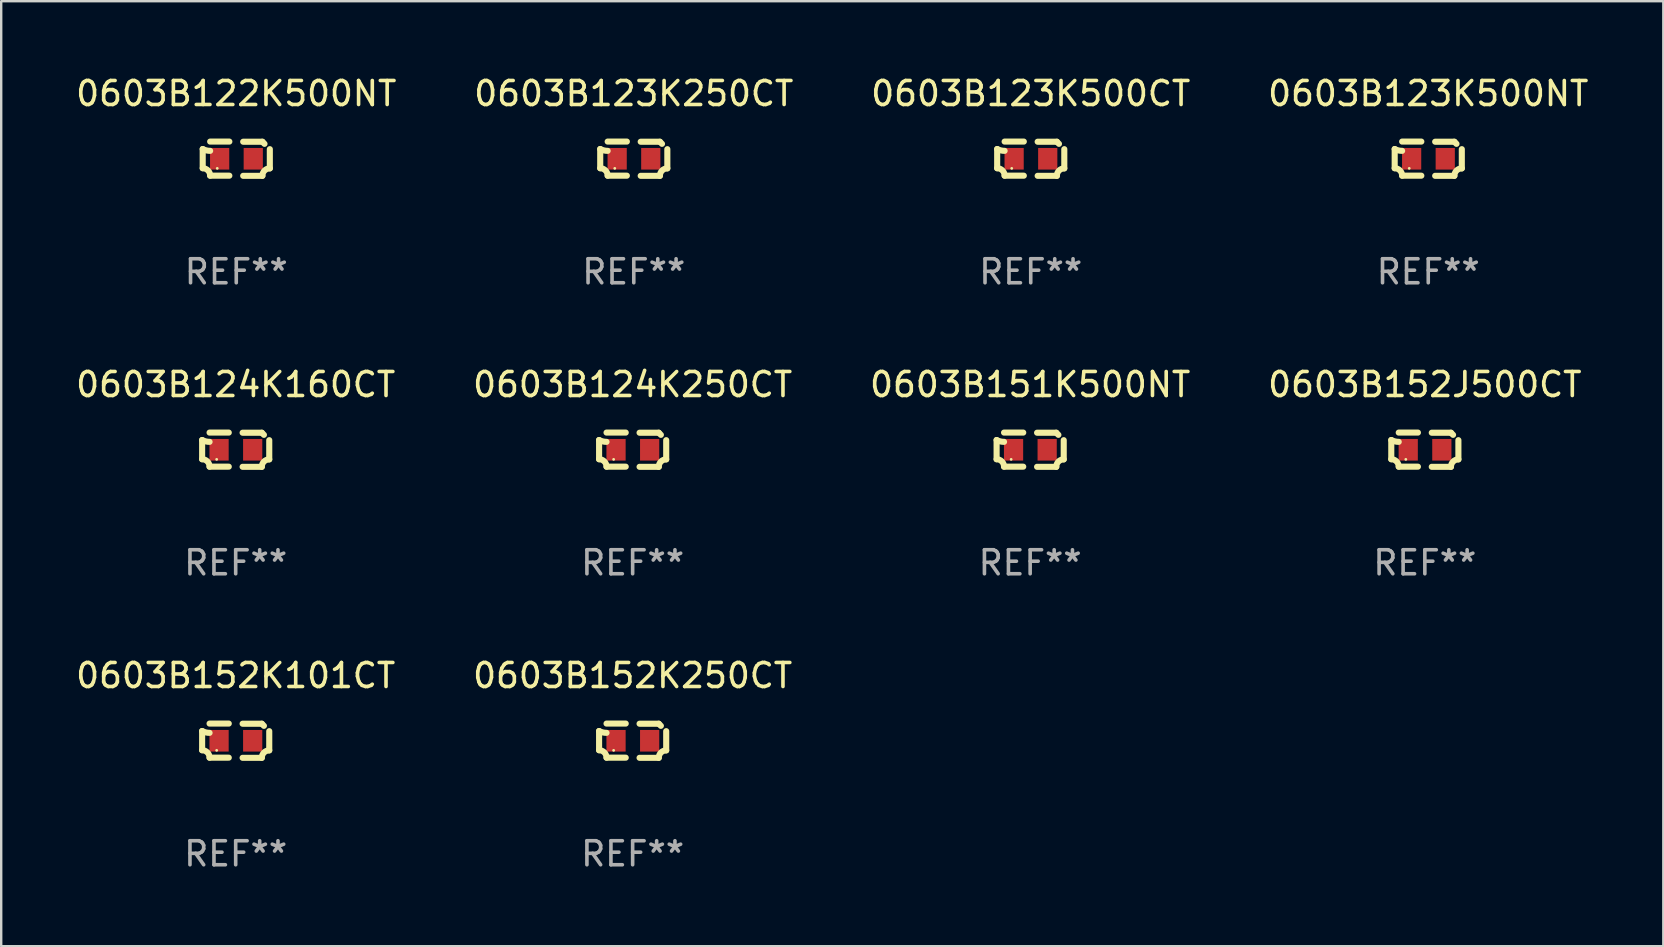
<source format=kicad_pcb>
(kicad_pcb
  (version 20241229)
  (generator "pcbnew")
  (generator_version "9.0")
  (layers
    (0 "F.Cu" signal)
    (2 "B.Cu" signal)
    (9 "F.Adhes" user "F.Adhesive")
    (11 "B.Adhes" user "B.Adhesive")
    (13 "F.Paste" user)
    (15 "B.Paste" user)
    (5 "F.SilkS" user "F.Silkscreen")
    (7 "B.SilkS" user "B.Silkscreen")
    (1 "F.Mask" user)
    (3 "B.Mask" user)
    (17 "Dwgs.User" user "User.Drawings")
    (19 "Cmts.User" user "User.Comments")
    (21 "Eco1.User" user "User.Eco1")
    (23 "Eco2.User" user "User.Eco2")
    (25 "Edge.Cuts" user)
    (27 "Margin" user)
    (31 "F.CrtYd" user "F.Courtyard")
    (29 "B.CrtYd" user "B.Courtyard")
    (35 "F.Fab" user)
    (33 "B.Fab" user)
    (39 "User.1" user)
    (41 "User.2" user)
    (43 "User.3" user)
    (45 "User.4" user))
  (footprint "0603B123K250CT"
    (layer "F.Cu")
    (at 23.351 3.561)
    (property "Reference" "0603B123K250CT" (at 0 -2.713 0) (layer "F.SilkS") (effects (font (size 1 1) (thickness 0.15))))
    (attr through_hole)
    (fp_line (start -1.398 -0.403) (end -1.398 0.397) (stroke (width 0.254) (type solid)) (layer "F.SilkS"))
    (fp_line (start -0.288 -0.713) (end -1.088 -0.713) (stroke (width 0.254) (type solid)) (layer "F.SilkS"))
    (fp_line (start -0.288 0.707) (end -1.088 0.707) (stroke (width 0.254) (type solid)) (layer "F.SilkS"))
    (fp_line (start 0.288 -0.707) (end 1.088 -0.707) (stroke (width 0.254) (type solid)) (layer "F.SilkS"))
    (fp_line (start 0.288 0.713) (end 1.088 0.713) (stroke (width 0.254) (type solid)) (layer "F.SilkS"))
    (fp_line (start 1.398 -0.397) (end 1.398 0.403) (stroke (width 0.254) (type solid)) (layer "F.SilkS"))
    (fp_arc (start -1.397789 0.397066) (mid -1.178701 0.487826) (end -1.08796 0.706922) (stroke (width 0.254001) (type solid)) (layer "F.SilkS"))
    (fp_arc (start -1.08796 -0.327176) (mid -1.247436 -0.346384) (end -1.39779 -0.402908) (stroke (width 0.254001) (type solid)) (layer "F.SilkS"))
    (fp_arc (start 1.087909 0.712738) (mid 1.178656 0.493655) (end 1.397739 0.402908) (stroke (width 0.254001) (type solid)) (layer "F.SilkS"))
    (fp_arc (start 1.175925 -0.618926) (mid 1.131917 -0.662923) (end 1.08791 -0.706922) (stroke (width 0.254001) (type solid)) (layer "F.SilkS"))
    (fp_circle (center -0.792 0.403) (end -0.762 0.403) (stroke (width 0.06) (type solid)) (fill no) (layer "F.SilkS"))
    (fp_text user "REF**" (at 0 4.713 0) (layer "F.Fab") (effects (font (size 1 1) (thickness 0.15))))
    (pad "1" smd rect (at -0.692 0.003) (size 0.8 0.9) (layers "F.Cu" "F.Mask" "F.Paste"))
    (pad "2" smd rect (at 0.708 0.003) (size 0.8 0.9) (layers "F.Cu" "F.Mask" "F.Paste")))
  (footprint "0603B152J500CT"
    (layer "F.Cu")
    (at 56.304 15.683)
    (property "Reference" "0603B152J500CT" (at 0 -2.713 0) (layer "F.SilkS") (effects (font (size 1 1) (thickness 0.15))))
    (attr through_hole)
    (fp_line (start -1.398 -0.403) (end -1.398 0.397) (stroke (width 0.254) (type solid)) (layer "F.SilkS"))
    (fp_line (start -0.288 -0.713) (end -1.088 -0.713) (stroke (width 0.254) (type solid)) (layer "F.SilkS"))
    (fp_line (start -0.288 0.707) (end -1.088 0.707) (stroke (width 0.254) (type solid)) (layer "F.SilkS"))
    (fp_line (start 0.288 -0.707) (end 1.088 -0.707) (stroke (width 0.254) (type solid)) (layer "F.SilkS"))
    (fp_line (start 0.288 0.713) (end 1.088 0.713) (stroke (width 0.254) (type solid)) (layer "F.SilkS"))
    (fp_line (start 1.398 -0.397) (end 1.398 0.403) (stroke (width 0.254) (type solid)) (layer "F.SilkS"))
    (fp_arc (start -1.397789 0.397066) (mid -1.178701 0.487826) (end -1.08796 0.706922) (stroke (width 0.254001) (type solid)) (layer "F.SilkS"))
    (fp_arc (start -1.08796 -0.327176) (mid -1.247436 -0.346384) (end -1.39779 -0.402908) (stroke (width 0.254001) (type solid)) (layer "F.SilkS"))
    (fp_arc (start 1.087909 0.712738) (mid 1.178656 0.493655) (end 1.397739 0.402908) (stroke (width 0.254001) (type solid)) (layer "F.SilkS"))
    (fp_arc (start 1.175925 -0.618926) (mid 1.131917 -0.662923) (end 1.08791 -0.706922) (stroke (width 0.254001) (type solid)) (layer "F.SilkS"))
    (fp_circle (center -0.792 0.403) (end -0.762 0.403) (stroke (width 0.06) (type solid)) (fill no) (layer "F.SilkS"))
    (fp_text user "REF**" (at 0 4.713 0) (layer "F.Fab") (effects (font (size 1 1) (thickness 0.15))))
    (pad "1" smd rect (at -0.692 0.003) (size 0.8 0.9) (layers "F.Cu" "F.Mask" "F.Paste"))
    (pad "2" smd rect (at 0.708 0.003) (size 0.8 0.9) (layers "F.Cu" "F.Mask" "F.Paste")))
  (footprint "0603B124K250CT"
    (layer "F.Cu")
    (at 23.304 15.683)
    (property "Reference" "0603B124K250CT" (at 0 -2.713 0) (layer "F.SilkS") (effects (font (size 1 1) (thickness 0.15))))
    (attr through_hole)
    (fp_line (start -1.398 -0.403) (end -1.398 0.397) (stroke (width 0.254) (type solid)) (layer "F.SilkS"))
    (fp_line (start -0.288 -0.713) (end -1.088 -0.713) (stroke (width 0.254) (type solid)) (layer "F.SilkS"))
    (fp_line (start -0.288 0.707) (end -1.088 0.707) (stroke (width 0.254) (type solid)) (layer "F.SilkS"))
    (fp_line (start 0.288 -0.707) (end 1.088 -0.707) (stroke (width 0.254) (type solid)) (layer "F.SilkS"))
    (fp_line (start 0.288 0.713) (end 1.088 0.713) (stroke (width 0.254) (type solid)) (layer "F.SilkS"))
    (fp_line (start 1.398 -0.397) (end 1.398 0.403) (stroke (width 0.254) (type solid)) (layer "F.SilkS"))
    (fp_arc (start -1.397789 0.397066) (mid -1.178701 0.487826) (end -1.08796 0.706922) (stroke (width 0.254001) (type solid)) (layer "F.SilkS"))
    (fp_arc (start -1.08796 -0.327176) (mid -1.247436 -0.346384) (end -1.39779 -0.402908) (stroke (width 0.254001) (type solid)) (layer "F.SilkS"))
    (fp_arc (start 1.087909 0.712738) (mid 1.178656 0.493655) (end 1.397739 0.402908) (stroke (width 0.254001) (type solid)) (layer "F.SilkS"))
    (fp_arc (start 1.175925 -0.618926) (mid 1.131917 -0.662923) (end 1.08791 -0.706922) (stroke (width 0.254001) (type solid)) (layer "F.SilkS"))
    (fp_circle (center -0.792 0.403) (end -0.762 0.403) (stroke (width 0.06) (type solid)) (fill no) (layer "F.SilkS"))
    (fp_text user "REF**" (at 0 4.713 0) (layer "F.Fab") (effects (font (size 1 1) (thickness 0.15))))
    (pad "1" smd rect (at -0.692 0.003) (size 0.8 0.9) (layers "F.Cu" "F.Mask" "F.Paste"))
    (pad "2" smd rect (at 0.708 0.003) (size 0.8 0.9) (layers "F.Cu" "F.Mask" "F.Paste")))
  (footprint "0603B123K500NT"
    (layer "F.Cu")
    (at 56.446 3.561)
    (property "Reference" "0603B123K500NT" (at 0 -2.713 0) (layer "F.SilkS") (effects (font (size 1 1) (thickness 0.15))))
    (attr through_hole)
    (fp_line (start -1.398 -0.403) (end -1.398 0.397) (stroke (width 0.254) (type solid)) (layer "F.SilkS"))
    (fp_line (start -0.288 -0.713) (end -1.088 -0.713) (stroke (width 0.254) (type solid)) (layer "F.SilkS"))
    (fp_line (start -0.288 0.707) (end -1.088 0.707) (stroke (width 0.254) (type solid)) (layer "F.SilkS"))
    (fp_line (start 0.288 -0.707) (end 1.088 -0.707) (stroke (width 0.254) (type solid)) (layer "F.SilkS"))
    (fp_line (start 0.288 0.713) (end 1.088 0.713) (stroke (width 0.254) (type solid)) (layer "F.SilkS"))
    (fp_line (start 1.398 -0.397) (end 1.398 0.403) (stroke (width 0.254) (type solid)) (layer "F.SilkS"))
    (fp_arc (start -1.397789 0.397066) (mid -1.178701 0.487826) (end -1.08796 0.706922) (stroke (width 0.254001) (type solid)) (layer "F.SilkS"))
    (fp_arc (start -1.08796 -0.327176) (mid -1.247436 -0.346384) (end -1.39779 -0.402908) (stroke (width 0.254001) (type solid)) (layer "F.SilkS"))
    (fp_arc (start 1.087909 0.712738) (mid 1.178656 0.493655) (end 1.397739 0.402908) (stroke (width 0.254001) (type solid)) (layer "F.SilkS"))
    (fp_arc (start 1.175925 -0.618926) (mid 1.131917 -0.662923) (end 1.08791 -0.706922) (stroke (width 0.254001) (type solid)) (layer "F.SilkS"))
    (fp_circle (center -0.792 0.403) (end -0.762 0.403) (stroke (width 0.06) (type solid)) (fill no) (layer "F.SilkS"))
    (fp_text user "REF**" (at 0 4.713 0) (layer "F.Fab") (effects (font (size 1 1) (thickness 0.15))))
    (pad "1" smd rect (at -0.692 0.003) (size 0.8 0.9) (layers "F.Cu" "F.Mask" "F.Paste"))
    (pad "2" smd rect (at 0.708 0.003) (size 0.8 0.9) (layers "F.Cu" "F.Mask" "F.Paste")))
  (footprint "0603B152K250CT"
    (layer "F.Cu")
    (at 23.304 27.805)
    (property "Reference" "0603B152K250CT" (at 0 -2.713 0) (layer "F.SilkS") (effects (font (size 1 1) (thickness 0.15))))
    (attr through_hole)
    (fp_line (start -1.398 -0.403) (end -1.398 0.397) (stroke (width 0.254) (type solid)) (layer "F.SilkS"))
    (fp_line (start -0.288 -0.713) (end -1.088 -0.713) (stroke (width 0.254) (type solid)) (layer "F.SilkS"))
    (fp_line (start -0.288 0.707) (end -1.088 0.707) (stroke (width 0.254) (type solid)) (layer "F.SilkS"))
    (fp_line (start 0.288 -0.707) (end 1.088 -0.707) (stroke (width 0.254) (type solid)) (layer "F.SilkS"))
    (fp_line (start 0.288 0.713) (end 1.088 0.713) (stroke (width 0.254) (type solid)) (layer "F.SilkS"))
    (fp_line (start 1.398 -0.397) (end 1.398 0.403) (stroke (width 0.254) (type solid)) (layer "F.SilkS"))
    (fp_arc (start -1.397789 0.397066) (mid -1.178701 0.487826) (end -1.08796 0.706922) (stroke (width 0.254001) (type solid)) (layer "F.SilkS"))
    (fp_arc (start -1.08796 -0.327176) (mid -1.247436 -0.346384) (end -1.39779 -0.402908) (stroke (width 0.254001) (type solid)) (layer "F.SilkS"))
    (fp_arc (start 1.087909 0.712738) (mid 1.178656 0.493655) (end 1.397739 0.402908) (stroke (width 0.254001) (type solid)) (layer "F.SilkS"))
    (fp_arc (start 1.175925 -0.618926) (mid 1.131917 -0.662923) (end 1.08791 -0.706922) (stroke (width 0.254001) (type solid)) (layer "F.SilkS"))
    (fp_circle (center -0.792 0.403) (end -0.762 0.403) (stroke (width 0.06) (type solid)) (fill no) (layer "F.SilkS"))
    (fp_text user "REF**" (at 0 4.713 0) (layer "F.Fab") (effects (font (size 1 1) (thickness 0.15))))
    (pad "1" smd rect (at -0.692 0.003) (size 0.8 0.9) (layers "F.Cu" "F.Mask" "F.Paste"))
    (pad "2" smd rect (at 0.708 0.003) (size 0.8 0.9) (layers "F.Cu" "F.Mask" "F.Paste")))
  (footprint "0603B122K500NT"
    (layer "F.Cu")
    (at 6.792 3.561)
    (property "Reference" "0603B122K500NT" (at 0 -2.713 0) (layer "F.SilkS") (effects (font (size 1 1) (thickness 0.15))))
    (attr through_hole)
    (fp_line (start -1.398 -0.403) (end -1.398 0.397) (stroke (width 0.254) (type solid)) (layer "F.SilkS"))
    (fp_line (start -0.288 -0.713) (end -1.088 -0.713) (stroke (width 0.254) (type solid)) (layer "F.SilkS"))
    (fp_line (start -0.288 0.707) (end -1.088 0.707) (stroke (width 0.254) (type solid)) (layer "F.SilkS"))
    (fp_line (start 0.288 -0.707) (end 1.088 -0.707) (stroke (width 0.254) (type solid)) (layer "F.SilkS"))
    (fp_line (start 0.288 0.713) (end 1.088 0.713) (stroke (width 0.254) (type solid)) (layer "F.SilkS"))
    (fp_line (start 1.398 -0.397) (end 1.398 0.403) (stroke (width 0.254) (type solid)) (layer "F.SilkS"))
    (fp_arc (start -1.397789 0.397066) (mid -1.178701 0.487826) (end -1.08796 0.706922) (stroke (width 0.254001) (type solid)) (layer "F.SilkS"))
    (fp_arc (start -1.08796 -0.327176) (mid -1.247436 -0.346384) (end -1.39779 -0.402908) (stroke (width 0.254001) (type solid)) (layer "F.SilkS"))
    (fp_arc (start 1.087909 0.712738) (mid 1.178656 0.493655) (end 1.397739 0.402908) (stroke (width 0.254001) (type solid)) (layer "F.SilkS"))
    (fp_arc (start 1.175925 -0.618926) (mid 1.131917 -0.662923) (end 1.08791 -0.706922) (stroke (width 0.254001) (type solid)) (layer "F.SilkS"))
    (fp_circle (center -0.792 0.403) (end -0.762 0.403) (stroke (width 0.06) (type solid)) (fill no) (layer "F.SilkS"))
    (fp_text user "REF**" (at 0 4.713 0) (layer "F.Fab") (effects (font (size 1 1) (thickness 0.15))))
    (pad "1" smd rect (at -0.692 0.003) (size 0.8 0.9) (layers "F.Cu" "F.Mask" "F.Paste"))
    (pad "2" smd rect (at 0.708 0.003) (size 0.8 0.9) (layers "F.Cu" "F.Mask" "F.Paste")))
  (footprint "0603B152K101CT"
    (layer "F.Cu")
    (at 6.768 27.805)
    (property "Reference" "0603B152K101CT" (at 0 -2.713 0) (layer "F.SilkS") (effects (font (size 1 1) (thickness 0.15))))
    (attr through_hole)
    (fp_line (start -1.398 -0.403) (end -1.398 0.397) (stroke (width 0.254) (type solid)) (layer "F.SilkS"))
    (fp_line (start -0.288 -0.713) (end -1.088 -0.713) (stroke (width 0.254) (type solid)) (layer "F.SilkS"))
    (fp_line (start -0.288 0.707) (end -1.088 0.707) (stroke (width 0.254) (type solid)) (layer "F.SilkS"))
    (fp_line (start 0.288 -0.707) (end 1.088 -0.707) (stroke (width 0.254) (type solid)) (layer "F.SilkS"))
    (fp_line (start 0.288 0.713) (end 1.088 0.713) (stroke (width 0.254) (type solid)) (layer "F.SilkS"))
    (fp_line (start 1.398 -0.397) (end 1.398 0.403) (stroke (width 0.254) (type solid)) (layer "F.SilkS"))
    (fp_arc (start -1.397789 0.397066) (mid -1.178701 0.487826) (end -1.08796 0.706922) (stroke (width 0.254001) (type solid)) (layer "F.SilkS"))
    (fp_arc (start -1.08796 -0.327176) (mid -1.247436 -0.346384) (end -1.39779 -0.402908) (stroke (width 0.254001) (type solid)) (layer "F.SilkS"))
    (fp_arc (start 1.087909 0.712738) (mid 1.178656 0.493655) (end 1.397739 0.402908) (stroke (width 0.254001) (type solid)) (layer "F.SilkS"))
    (fp_arc (start 1.175925 -0.618926) (mid 1.131917 -0.662923) (end 1.08791 -0.706922) (stroke (width 0.254001) (type solid)) (layer "F.SilkS"))
    (fp_circle (center -0.792 0.403) (end -0.762 0.403) (stroke (width 0.06) (type solid)) (fill no) (layer "F.SilkS"))
    (fp_text user "REF**" (at 0 4.713 0) (layer "F.Fab") (effects (font (size 1 1) (thickness 0.15))))
    (pad "1" smd rect (at -0.692 0.003) (size 0.8 0.9) (layers "F.Cu" "F.Mask" "F.Paste"))
    (pad "2" smd rect (at 0.708 0.003) (size 0.8 0.9) (layers "F.Cu" "F.Mask" "F.Paste")))
  (footprint "0603B124K160CT"
    (layer "F.Cu")
    (at 6.768 15.683)
    (property "Reference" "0603B124K160CT" (at 0 -2.713 0) (layer "F.SilkS") (effects (font (size 1 1) (thickness 0.15))))
    (attr through_hole)
    (fp_line (start -1.398 -0.403) (end -1.398 0.397) (stroke (width 0.254) (type solid)) (layer "F.SilkS"))
    (fp_line (start -0.288 -0.713) (end -1.088 -0.713) (stroke (width 0.254) (type solid)) (layer "F.SilkS"))
    (fp_line (start -0.288 0.707) (end -1.088 0.707) (stroke (width 0.254) (type solid)) (layer "F.SilkS"))
    (fp_line (start 0.288 -0.707) (end 1.088 -0.707) (stroke (width 0.254) (type solid)) (layer "F.SilkS"))
    (fp_line (start 0.288 0.713) (end 1.088 0.713) (stroke (width 0.254) (type solid)) (layer "F.SilkS"))
    (fp_line (start 1.398 -0.397) (end 1.398 0.403) (stroke (width 0.254) (type solid)) (layer "F.SilkS"))
    (fp_arc (start -1.397789 0.397066) (mid -1.178701 0.487826) (end -1.08796 0.706922) (stroke (width 0.254001) (type solid)) (layer "F.SilkS"))
    (fp_arc (start -1.08796 -0.327176) (mid -1.247436 -0.346384) (end -1.39779 -0.402908) (stroke (width 0.254001) (type solid)) (layer "F.SilkS"))
    (fp_arc (start 1.087909 0.712738) (mid 1.178656 0.493655) (end 1.397739 0.402908) (stroke (width 0.254001) (type solid)) (layer "F.SilkS"))
    (fp_arc (start 1.175925 -0.618926) (mid 1.131917 -0.662923) (end 1.08791 -0.706922) (stroke (width 0.254001) (type solid)) (layer "F.SilkS"))
    (fp_circle (center -0.792 0.403) (end -0.762 0.403) (stroke (width 0.06) (type solid)) (fill no) (layer "F.SilkS"))
    (fp_text user "REF**" (at 0 4.713 0) (layer "F.Fab") (effects (font (size 1 1) (thickness 0.15))))
    (pad "1" smd rect (at -0.692 0.003) (size 0.8 0.9) (layers "F.Cu" "F.Mask" "F.Paste"))
    (pad "2" smd rect (at 0.708 0.003) (size 0.8 0.9) (layers "F.Cu" "F.Mask" "F.Paste")))
  (footprint "0603B151K500NT"
    (layer "F.Cu")
    (at 39.863 15.683)
    (property "Reference" "0603B151K500NT" (at 0 -2.713 0) (layer "F.SilkS") (effects (font (size 1 1) (thickness 0.15))))
    (attr through_hole)
    (fp_line (start -1.398 -0.403) (end -1.398 0.397) (stroke (width 0.254) (type solid)) (layer "F.SilkS"))
    (fp_line (start -0.288 -0.713) (end -1.088 -0.713) (stroke (width 0.254) (type solid)) (layer "F.SilkS"))
    (fp_line (start -0.288 0.707) (end -1.088 0.707) (stroke (width 0.254) (type solid)) (layer "F.SilkS"))
    (fp_line (start 0.288 -0.707) (end 1.088 -0.707) (stroke (width 0.254) (type solid)) (layer "F.SilkS"))
    (fp_line (start 0.288 0.713) (end 1.088 0.713) (stroke (width 0.254) (type solid)) (layer "F.SilkS"))
    (fp_line (start 1.398 -0.397) (end 1.398 0.403) (stroke (width 0.254) (type solid)) (layer "F.SilkS"))
    (fp_arc (start -1.397789 0.397066) (mid -1.178701 0.487826) (end -1.08796 0.706922) (stroke (width 0.254001) (type solid)) (layer "F.SilkS"))
    (fp_arc (start -1.08796 -0.327176) (mid -1.247436 -0.346384) (end -1.39779 -0.402908) (stroke (width 0.254001) (type solid)) (layer "F.SilkS"))
    (fp_arc (start 1.087909 0.712738) (mid 1.178656 0.493655) (end 1.397739 0.402908) (stroke (width 0.254001) (type solid)) (layer "F.SilkS"))
    (fp_arc (start 1.175925 -0.618926) (mid 1.131917 -0.662923) (end 1.08791 -0.706922) (stroke (width 0.254001) (type solid)) (layer "F.SilkS"))
    (fp_circle (center -0.792 0.403) (end -0.762 0.403) (stroke (width 0.06) (type solid)) (fill no) (layer "F.SilkS"))
    (fp_text user "REF**" (at 0 4.713 0) (layer "F.Fab") (effects (font (size 1 1) (thickness 0.15))))
    (pad "1" smd rect (at -0.692 0.003) (size 0.8 0.9) (layers "F.Cu" "F.Mask" "F.Paste"))
    (pad "2" smd rect (at 0.708 0.003) (size 0.8 0.9) (layers "F.Cu" "F.Mask" "F.Paste")))
  (footprint "0603B123K500CT"
    (layer "F.Cu")
    (at 39.887 3.561)
    (property "Reference" "0603B123K500CT" (at 0 -2.713 0) (layer "F.SilkS") (effects (font (size 1 1) (thickness 0.15))))
    (attr through_hole)
    (fp_line (start -1.398 -0.403) (end -1.398 0.397) (stroke (width 0.254) (type solid)) (layer "F.SilkS"))
    (fp_line (start -0.288 -0.713) (end -1.088 -0.713) (stroke (width 0.254) (type solid)) (layer "F.SilkS"))
    (fp_line (start -0.288 0.707) (end -1.088 0.707) (stroke (width 0.254) (type solid)) (layer "F.SilkS"))
    (fp_line (start 0.288 -0.707) (end 1.088 -0.707) (stroke (width 0.254) (type solid)) (layer "F.SilkS"))
    (fp_line (start 0.288 0.713) (end 1.088 0.713) (stroke (width 0.254) (type solid)) (layer "F.SilkS"))
    (fp_line (start 1.398 -0.397) (end 1.398 0.403) (stroke (width 0.254) (type solid)) (layer "F.SilkS"))
    (fp_arc (start -1.397789 0.397066) (mid -1.178701 0.487826) (end -1.08796 0.706922) (stroke (width 0.254001) (type solid)) (layer "F.SilkS"))
    (fp_arc (start -1.08796 -0.327176) (mid -1.247436 -0.346384) (end -1.39779 -0.402908) (stroke (width 0.254001) (type solid)) (layer "F.SilkS"))
    (fp_arc (start 1.087909 0.712738) (mid 1.178656 0.493655) (end 1.397739 0.402908) (stroke (width 0.254001) (type solid)) (layer "F.SilkS"))
    (fp_arc (start 1.175925 -0.618926) (mid 1.131917 -0.662923) (end 1.08791 -0.706922) (stroke (width 0.254001) (type solid)) (layer "F.SilkS"))
    (fp_circle (center -0.792 0.403) (end -0.762 0.403) (stroke (width 0.06) (type solid)) (fill no) (layer "F.SilkS"))
    (fp_text user "REF**" (at 0 4.713 0) (layer "F.Fab") (effects (font (size 1 1) (thickness 0.15))))
    (pad "1" smd rect (at -0.692 0.003) (size 0.8 0.9) (layers "F.Cu" "F.Mask" "F.Paste"))
    (pad "2" smd rect (at 0.708 0.003) (size 0.8 0.9) (layers "F.Cu" "F.Mask" "F.Paste")))
  (gr_rect
    (start -3 -3)
    (end 66.238 36.366)
    (stroke (width 0.1) (type default))
    (fill no)
    (layer "Edge.Cuts")))
</source>
